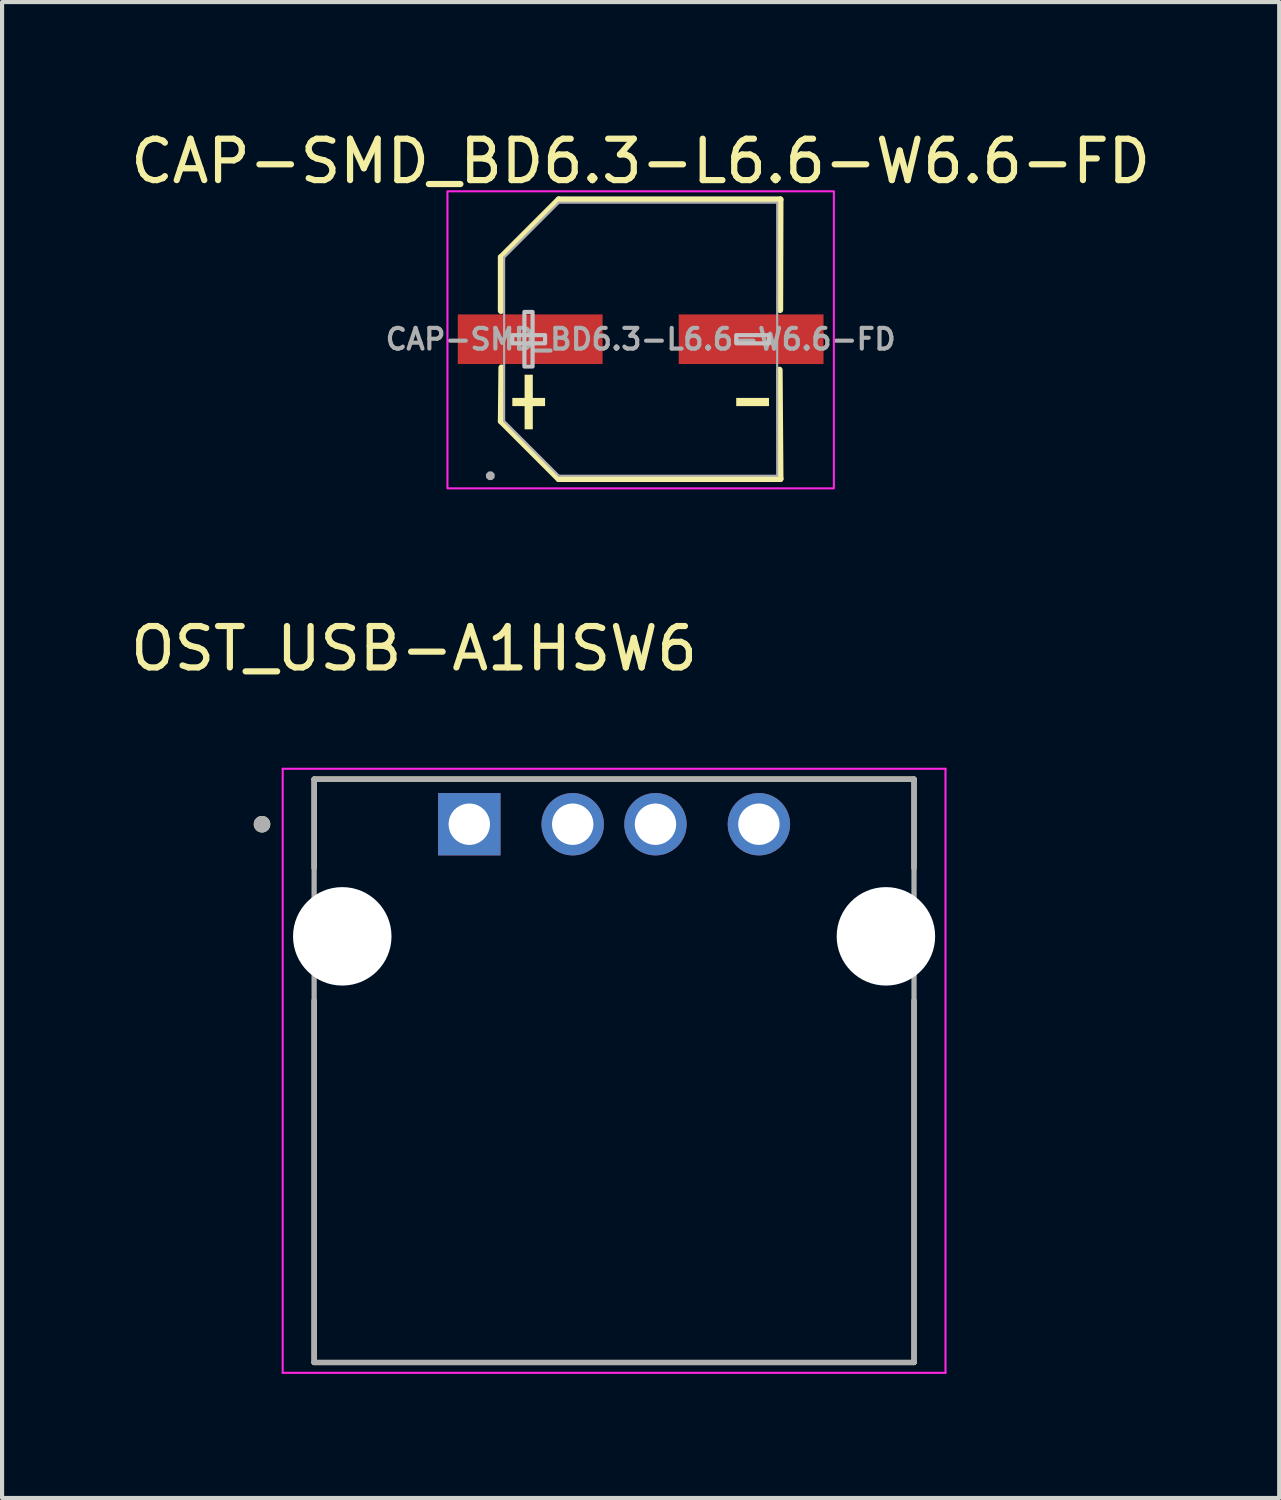
<source format=kicad_pcb>
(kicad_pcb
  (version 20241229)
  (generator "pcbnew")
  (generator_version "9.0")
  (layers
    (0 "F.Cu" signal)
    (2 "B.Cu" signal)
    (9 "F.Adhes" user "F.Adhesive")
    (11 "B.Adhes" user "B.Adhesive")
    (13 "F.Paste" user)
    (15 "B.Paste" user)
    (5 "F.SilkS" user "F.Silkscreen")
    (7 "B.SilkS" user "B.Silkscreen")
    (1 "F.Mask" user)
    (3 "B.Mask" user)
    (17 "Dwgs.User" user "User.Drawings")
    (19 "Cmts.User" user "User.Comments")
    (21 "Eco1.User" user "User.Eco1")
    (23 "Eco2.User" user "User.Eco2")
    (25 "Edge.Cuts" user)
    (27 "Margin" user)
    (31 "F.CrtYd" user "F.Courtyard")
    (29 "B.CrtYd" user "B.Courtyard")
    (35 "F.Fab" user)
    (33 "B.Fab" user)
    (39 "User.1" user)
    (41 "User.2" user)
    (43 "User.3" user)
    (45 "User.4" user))
  (footprint "OST_USB-A1HSW6"
    (layer "F.Cu")
    (at 11.793 19.582)
    (property "Reference" "OST_USB-A1HSW6" (at -4.835 -6.955 0) (layer "F.SilkS") (effects (font (size 1 1) (thickness 0.15))))
    (attr through_hole)
    (fp_line (start -7.25 -3.8) (end -7.25 -1.65) (stroke (width 0.127) (type solid)) (layer "F.SilkS"))
    (fp_line (start -7.25 -3.8) (end 7.25 -3.8) (stroke (width 0.127) (type solid)) (layer "F.SilkS"))
    (fp_line (start -7.25 1.55) (end -7.25 10.3) (stroke (width 0.127) (type solid)) (layer "F.SilkS"))
    (fp_line (start -7.25 10.3) (end 7.25 10.3) (stroke (width 0.127) (type solid)) (layer "F.SilkS"))
    (fp_line (start 7.25 -3.8) (end 7.25 -1.65) (stroke (width 0.127) (type solid)) (layer "F.SilkS"))
    (fp_line (start 7.25 10.3) (end 7.25 1.55) (stroke (width 0.127) (type solid)) (layer "F.SilkS"))
    (fp_circle (center -8.51 -2.71) (end -8.41 -2.71) (stroke (width 0.2) (type solid)) (fill no) (layer "F.SilkS"))
    (fp_line (start -8.01 -4.05) (end -8.01 10.55) (stroke (width 0.05) (type solid)) (layer "F.CrtYd"))
    (fp_line (start -8.01 10.55) (end 8.01 10.55) (stroke (width 0.05) (type solid)) (layer "F.CrtYd"))
    (fp_line (start 8.01 -4.05) (end -8.01 -4.05) (stroke (width 0.05) (type solid)) (layer "F.CrtYd"))
    (fp_line (start 8.01 10.55) (end 8.01 -4.05) (stroke (width 0.05) (type solid)) (layer "F.CrtYd"))
    (fp_line (start -7.25 -3.8) (end 7.25 -3.8) (stroke (width 0.127) (type solid)) (layer "F.Fab"))
    (fp_line (start -7.25 10.3) (end -7.25 -3.8) (stroke (width 0.127) (type solid)) (layer "F.Fab"))
    (fp_line (start 7.25 -3.8) (end 7.25 10.3) (stroke (width 0.127) (type solid)) (layer "F.Fab"))
    (fp_line (start 7.25 10.3) (end -7.25 10.3) (stroke (width 0.127) (type solid)) (layer "F.Fab"))
    (fp_circle (center -8.51 -2.71) (end -8.41 -2.71) (stroke (width 0.2) (type solid)) (fill no) (layer "F.Fab"))
    (pad "" np_thru_hole circle (at -6.57 0) (size 2.38 2.38) (drill 2.38) (layers "*.Cu" "*.Mask"))
    (pad "" np_thru_hole circle (at 6.57 0) (size 2.38 2.38) (drill 2.38) (layers "*.Cu" "*.Mask"))
    (pad "1" thru_hole rect (at -3.5 -2.71) (size 1.508 1.508) (drill 1) (layers "*.Cu" "*.Mask"))
    (pad "2" thru_hole circle (at -1 -2.71) (size 1.508 1.508) (drill 1) (layers "*.Cu" "*.Mask"))
    (pad "3" thru_hole circle (at 1 -2.71) (size 1.508 1.508) (drill 1) (layers "*.Cu" "*.Mask"))
    (pad "4" thru_hole circle (at 3.5 -2.71) (size 1.508 1.508) (drill 1) (layers "*.Cu" "*.Mask")))
  (footprint "CAP-SMD_BD6.3-L6.6-W6.6-FD"
    (layer "F.Cu")
    (at 12.435 5.149)
    (property "Reference" "CAP-SMD_BD6.3-L6.6-W6.6-FD" (at 0 -4.301 0) (layer "F.SilkS") (effects (font (size 1 1) (thickness 0.15))))
    (fp_line (start -3.376 -1.98) (end -3.376 -0.686) (stroke (width 0.152) (type default)) (layer "F.SilkS"))
    (fp_line (start -3.376 1.981) (end -3.362 0.686) (stroke (width 0.152) (type default)) (layer "F.SilkS"))
    (fp_line (start -1.981 3.376) (end -3.376 1.981) (stroke (width 0.152) (type default)) (layer "F.SilkS"))
    (fp_line (start -1.98 -3.376) (end -3.376 -1.98) (stroke (width 0.152) (type default)) (layer "F.SilkS"))
    (fp_line (start 3.356 0.74) (end 3.376 3.376) (stroke (width 0.152) (type default)) (layer "F.SilkS"))
    (fp_line (start 3.369 -0.708) (end 3.376 -3.376) (stroke (width 0.152) (type default)) (layer "F.SilkS"))
    (fp_line (start 3.376 3.376) (end -1.981 3.376) (stroke (width 0.152) (type default)) (layer "F.SilkS"))
    (fp_line (start 3.376 -3.376) (end -1.98 -3.376) (stroke (width 0.152) (type default)) (layer "F.SilkS"))
    (fp_poly (pts (xy -3.102 1.419) (xy -3.102 1.617) (xy -2.31 1.617) (xy -2.31 1.419)) (stroke (width 0) (type default)) (fill yes) (layer "F.SilkS"))
    (fp_poly (pts (xy -2.805 0.858) (xy -2.805 2.178) (xy -2.607 2.178) (xy -2.607 0.858)) (stroke (width 0) (type default)) (fill yes) (layer "F.SilkS"))
    (fp_poly (pts (xy 3.102 1.419) (xy 3.102 1.617) (xy 2.31 1.617) (xy 2.31 1.419)) (stroke (width 0) (type default)) (fill yes) (layer "F.SilkS"))
    (fp_poly (pts (xy -3.102 -0.099) (xy -3.102 0.099) (xy -2.31 0.099) (xy -2.31 -0.099)) (stroke (width 0.1) (type default)) (fill no) (layer "Dwgs.User"))
    (fp_poly (pts (xy -2.81 -0.66) (xy -2.81 0.66) (xy -2.612 0.66) (xy -2.612 -0.66)) (stroke (width 0.1) (type default)) (fill no) (layer "Dwgs.User"))
    (fp_poly (pts (xy 3.102 -0.099) (xy 3.102 0.099) (xy 2.31 0.099) (xy 2.31 -0.099)) (stroke (width 0.1) (type default)) (fill no) (layer "Dwgs.User"))
    (fp_rect (start -4.67 -3.575) (end 4.67 3.605) (stroke (width 0.05) (type default)) (fill no) (layer "F.CrtYd"))
    (fp_line (start -3.3 -1.98) (end -1.98 -3.3) (stroke (width 0.051) (type default)) (layer "F.Fab"))
    (fp_line (start -3.3 1.98) (end -3.3 -1.98) (stroke (width 0.051) (type default)) (layer "F.Fab"))
    (fp_line (start -1.98 -3.3) (end 3.3 -3.3) (stroke (width 0.051) (type default)) (layer "F.Fab"))
    (fp_line (start -1.98 3.3) (end -3.3 1.98) (stroke (width 0.051) (type default)) (layer "F.Fab"))
    (fp_line (start 3.3 -3.3) (end 3.3 3.3) (stroke (width 0.051) (type default)) (layer "F.Fab"))
    (fp_line (start 3.3 3.3) (end -1.98 3.3) (stroke (width 0.051) (type default)) (layer "F.Fab"))
    (fp_poly (pts (xy -3.578 3.277) (xy -3.611 3.245) (xy -3.656 3.245) (xy -3.689 3.277) (xy -3.689 3.323) (xy -3.656 3.355) (xy -3.611 3.355) (xy -3.578 3.323)) (stroke (width 0.1) (type default)) (fill no) (layer "F.Fab"))
    (fp_poly (pts (xy -3.634 -0.325) (xy -1.034 -0.325) (xy -1.034 0.325) (xy -3.634 0.325)) (stroke (width 0.1) (type default)) (fill no) (layer "User.1"))
    (fp_poly (pts (xy 1.067 -0.325) (xy 3.667 -0.325) (xy 3.667 0.325) (xy 1.067 0.325)) (stroke (width 0.1) (type default)) (fill no) (layer "User.1"))
    (fp_text user "${REFERENCE}" (at 0 0 0) (layer "F.Fab") (effects (font (size 0.5 0.5) (thickness 0.1))))
    (pad "1" smd rect (at -2.67 0) (size 3.5 1.2) (layers "F.Cu" "F.Mask" "F.Paste"))
    (pad "2" smd rect (at 2.67 0) (size 3.5 1.2) (layers "F.Cu" "F.Mask" "F.Paste")))
  (gr_rect
    (start -3 -3)
    (end 27.869 33.157)
    (stroke (width 0.1) (type default))
    (fill no)
    (layer "Edge.Cuts")))
</source>
